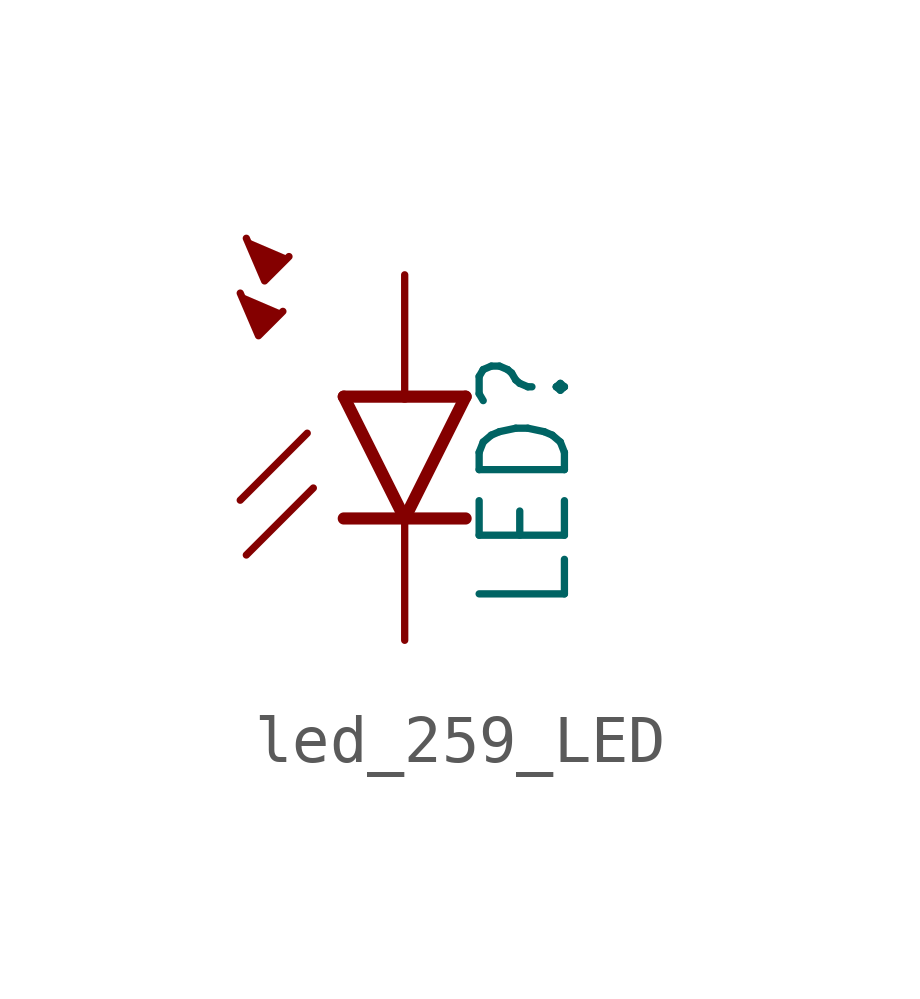
<source format=kicad_sym>
(kicad_symbol_lib
  (version 20241209)
  (generator "kicad_symbol_editor")
  (generator_version "9.0")
  (symbol "led_259_LED"
    (property "Reference" "LED"
      (at 3.556 -4.572 90)
      (effects (font (size 1.778 1.511)) (justify left bottom)))
    (property "Value" ""
      (at 5.715 -4.572 90)
      (effects (font (size 1.778 1.511)) (justify left bottom)))
    (property "ki_locked" ""
      (at 0 0 0)
      (effects (font (size 1.27 1.27))))
    (symbol "led_259_LED_1_0"
      (polyline (pts (xy -3.429 2.159) (xy -3.048 1.27) (xy -2.54 1.778)) (stroke (width 0.152) (type solid)) (fill (type outline)))
      (polyline (pts (xy -3.302 3.302) (xy -2.921 2.413) (xy -2.413 2.921)) (stroke (width 0.152) (type solid)) (fill (type outline)))
      (polyline (pts (xy -2.032 -0.762) (xy -3.429 -2.159)) (stroke (width 0.152) (type solid)) (fill (type none)))
      (polyline (pts (xy -1.905 -1.905) (xy -3.302 -3.302)) (stroke (width 0.152) (type solid)) (fill (type none)))
      (polyline (pts (xy 0 0) (xy -1.27 0)) (stroke (width 0.254) (type solid)) (fill (type none)))
      (polyline (pts (xy 0 -2.54) (xy -1.27 0)) (stroke (width 0.254) (type solid)) (fill (type none)))
      (polyline (pts (xy 0 -2.54) (xy -1.27 -2.54)) (stroke (width 0.254) (type solid)) (fill (type none)))
      (polyline (pts (xy 1.27 0) (xy 0 0)) (stroke (width 0.254) (type solid)) (fill (type none)))
      (polyline (pts (xy 1.27 0) (xy 0 -2.54)) (stroke (width 0.254) (type solid)) (fill (type none)))
      (polyline (pts (xy 1.27 -2.54) (xy 0 -2.54)) (stroke (width 0.254) (type solid)) (fill (type none)))
      (pin passive line (at 0 2.54 270) (length 2.54) (name "A" (effects (font (size 0 0)))) (number "A@1" (effects (font (size 0 0)))))
      (pin passive line (at 0 -5.08 90) (length 2.54) (name "C" (effects (font (size 0 0)))) (number "C@1" (effects (font (size 0 0))))))))
</source>
